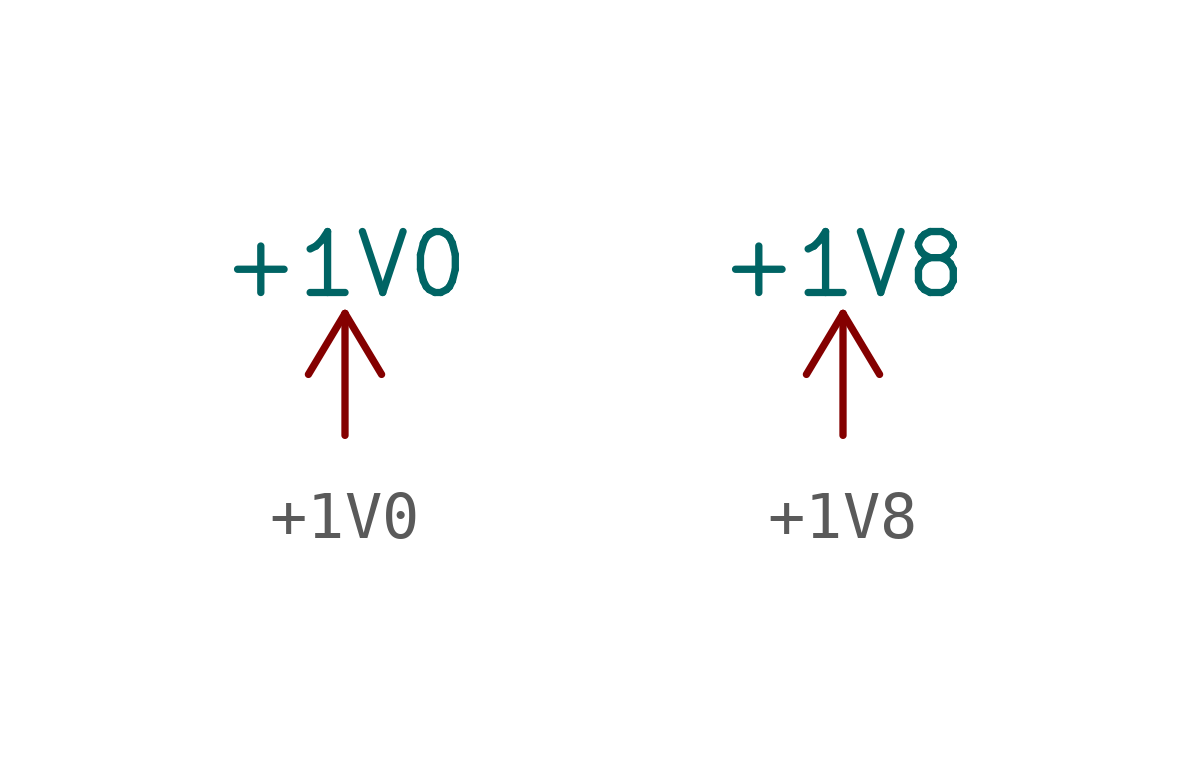
<source format=kicad_sym>
(kicad_symbol_lib
  (version 20231120)
  (generator "kicad_symbol_editor")
  (generator_version "8.0")
  (symbol "+1V0"
    (power)
    (pin_names
      (offset 0))
    (property "Reference" "#PWR"
      (at 0 -3.81 0)
      (effects (font (size 1.27 1.27)) (hide yes)))
    (property "Value" "+1V0"
      (at 0 3.556 0)
      (effects (font (size 1.27 1.27))))
    (symbol "+1V0_0_1"
      (polyline (pts (xy -0.762 1.27) (xy 0 2.54)) (stroke (width 0) (type default)) (fill (type none)))
      (polyline (pts (xy 0 0) (xy 0 2.54)) (stroke (width 0) (type default)) (fill (type none)))
      (polyline (pts (xy 0 2.54) (xy 0.762 1.27)) (stroke (width 0) (type default)) (fill (type none))))
    (symbol "+1V0_1_1"
      (pin power_in line (at 0 0 90) (length 0) hide (name "+1V0" (effects (font (size 1.27 1.27)))) (number "1" (effects (font (size 1.27 1.27)))))))
  (symbol "+1V8"
    (power)
    (pin_names
      (offset 0))
    (property "Reference" "#PWR"
      (at 0 -3.81 0)
      (effects (font (size 1.27 1.27)) (hide yes)))
    (property "Value" "+1V8"
      (at 0 3.556 0)
      (effects (font (size 1.27 1.27))))
    (symbol "+1V8_0_1"
      (polyline (pts (xy -0.762 1.27) (xy 0 2.54)) (stroke (width 0) (type default)) (fill (type none)))
      (polyline (pts (xy 0 0) (xy 0 2.54)) (stroke (width 0) (type default)) (fill (type none)))
      (polyline (pts (xy 0 2.54) (xy 0.762 1.27)) (stroke (width 0) (type default)) (fill (type none))))
    (symbol "+1V8_1_1"
      (pin power_in line (at 0 0 90) (length 0) hide (name "+1V8" (effects (font (size 1.27 1.27)))) (number "1" (effects (font (size 1.27 1.27))))))))
</source>
